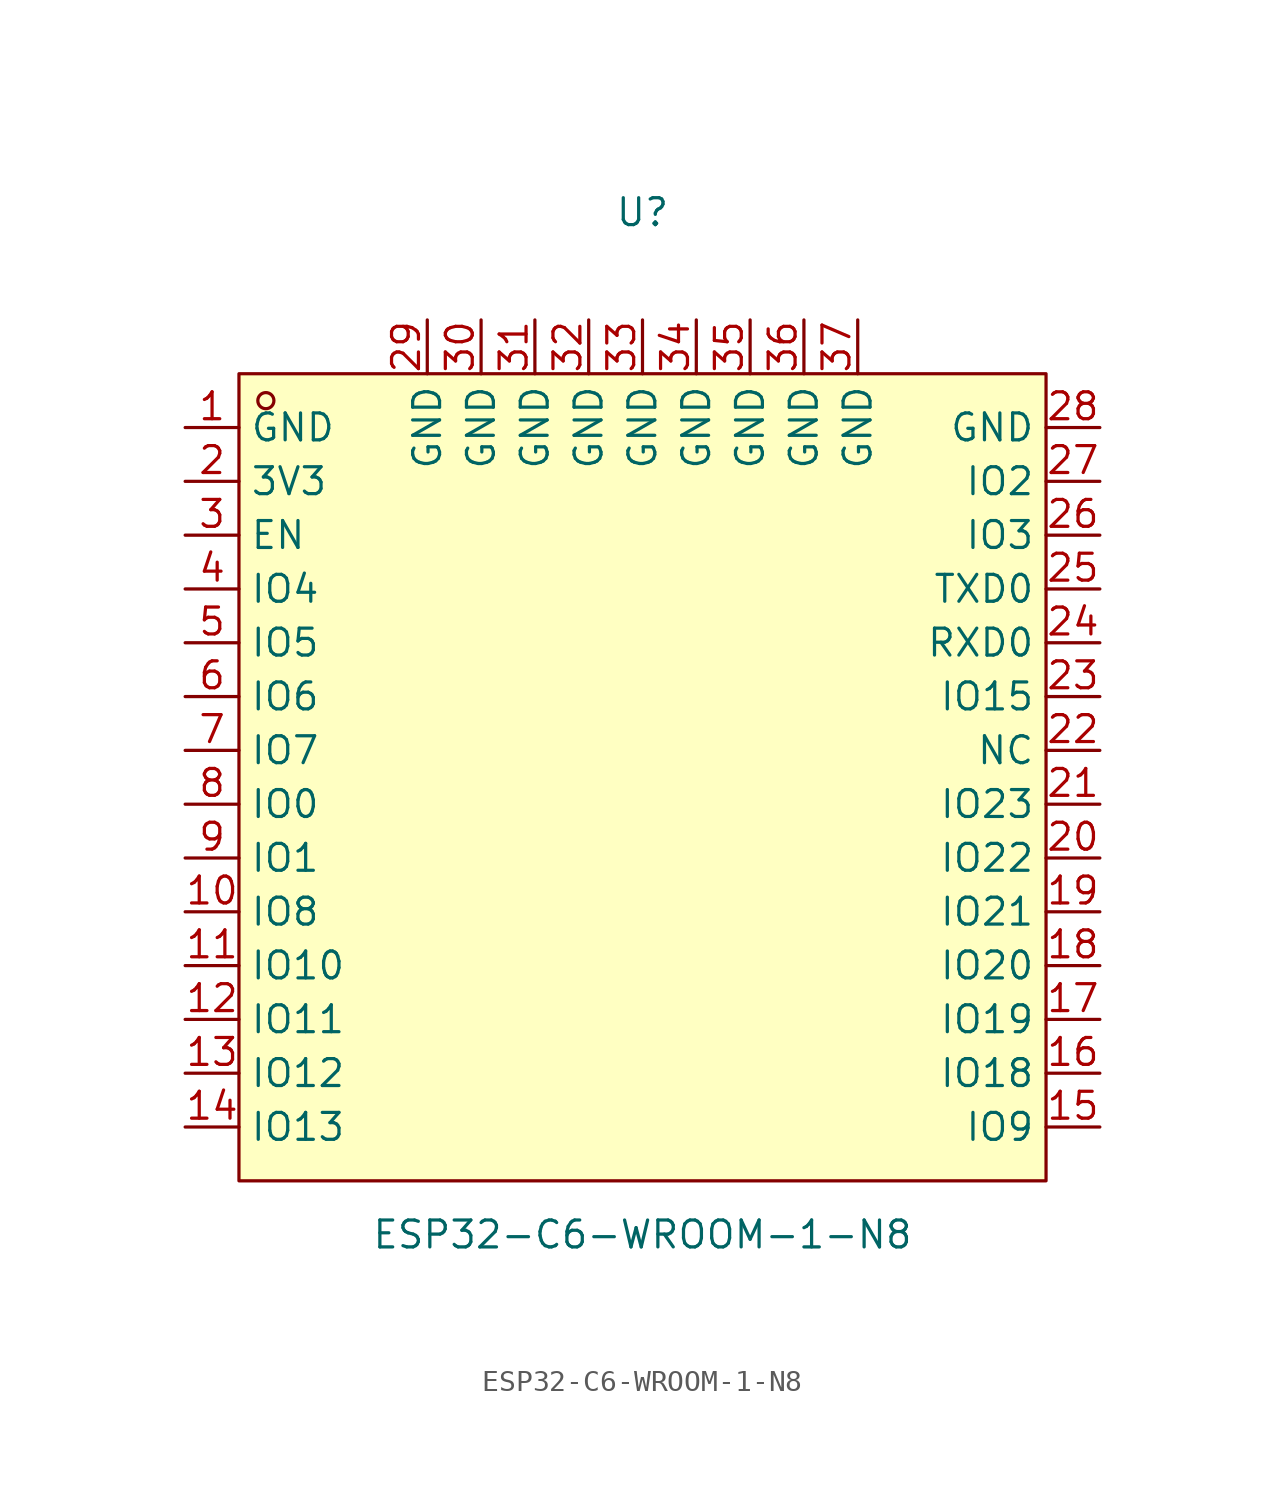
<source format=kicad_sym>
(kicad_symbol_lib
  (version 20211014)
  (generator https://github.com/uPesy/easyeda2kicad.py)
  (symbol "ESP32-C6-WROOM-1-N8"
    (property "Reference" "U"
      (at 0 25.40 0)
      (effects (font (size 1.27 1.27))))
    (property "Value" "ESP32-C6-WROOM-1-N8"
      (at 0 -22.86 0)
      (effects (font (size 1.27 1.27))))
    (symbol "ESP32-C6-WROOM-1-N8_0_1"
      (rectangle (start -19.05 17.78) (end 19.05 -20.32) (stroke (width 0) (type default) (color 0 0 0 0)) (fill (type background)))
      (circle (center -17.78 16.51) (radius 0.38) (stroke (width 0) (type default) (color 0 0 0 0)) (fill (type none)))
      (pin unspecified line (at -21.59 15.24 0) (length 2.54) (name "GND" (effects (font (size 1.27 1.27)))) (number "1" (effects (font (size 1.27 1.27)))))
      (pin unspecified line (at -21.59 12.70 0) (length 2.54) (name "3V3" (effects (font (size 1.27 1.27)))) (number "2" (effects (font (size 1.27 1.27)))))
      (pin unspecified line (at -21.59 10.16 0) (length 2.54) (name "EN" (effects (font (size 1.27 1.27)))) (number "3" (effects (font (size 1.27 1.27)))))
      (pin unspecified line (at -21.59 7.62 0) (length 2.54) (name "IO4" (effects (font (size 1.27 1.27)))) (number "4" (effects (font (size 1.27 1.27)))))
      (pin unspecified line (at -21.59 5.08 0) (length 2.54) (name "IO5" (effects (font (size 1.27 1.27)))) (number "5" (effects (font (size 1.27 1.27)))))
      (pin unspecified line (at -21.59 2.54 0) (length 2.54) (name "IO6" (effects (font (size 1.27 1.27)))) (number "6" (effects (font (size 1.27 1.27)))))
      (pin unspecified line (at -21.59 -0.00 0) (length 2.54) (name "IO7" (effects (font (size 1.27 1.27)))) (number "7" (effects (font (size 1.27 1.27)))))
      (pin unspecified line (at -21.59 -2.54 0) (length 2.54) (name "IO0" (effects (font (size 1.27 1.27)))) (number "8" (effects (font (size 1.27 1.27)))))
      (pin unspecified line (at -21.59 -5.08 0) (length 2.54) (name "IO1" (effects (font (size 1.27 1.27)))) (number "9" (effects (font (size 1.27 1.27)))))
      (pin unspecified line (at -21.59 -7.62 0) (length 2.54) (name "IO8" (effects (font (size 1.27 1.27)))) (number "10" (effects (font (size 1.27 1.27)))))
      (pin unspecified line (at -21.59 -10.16 0) (length 2.54) (name "IO10" (effects (font (size 1.27 1.27)))) (number "11" (effects (font (size 1.27 1.27)))))
      (pin unspecified line (at -21.59 -12.70 0) (length 2.54) (name "IO11" (effects (font (size 1.27 1.27)))) (number "12" (effects (font (size 1.27 1.27)))))
      (pin unspecified line (at -21.59 -15.24 0) (length 2.54) (name "IO12" (effects (font (size 1.27 1.27)))) (number "13" (effects (font (size 1.27 1.27)))))
      (pin unspecified line (at -21.59 -17.78 0) (length 2.54) (name "IO13" (effects (font (size 1.27 1.27)))) (number "14" (effects (font (size 1.27 1.27)))))
      (pin unspecified line (at 21.59 -17.78 180) (length 2.54) (name "IO9" (effects (font (size 1.27 1.27)))) (number "15" (effects (font (size 1.27 1.27)))))
      (pin unspecified line (at 21.59 -15.24 180) (length 2.54) (name "IO18" (effects (font (size 1.27 1.27)))) (number "16" (effects (font (size 1.27 1.27)))))
      (pin unspecified line (at 21.59 -12.70 180) (length 2.54) (name "IO19" (effects (font (size 1.27 1.27)))) (number "17" (effects (font (size 1.27 1.27)))))
      (pin unspecified line (at 21.59 -10.16 180) (length 2.54) (name "IO20" (effects (font (size 1.27 1.27)))) (number "18" (effects (font (size 1.27 1.27)))))
      (pin unspecified line (at 21.59 -7.62 180) (length 2.54) (name "IO21" (effects (font (size 1.27 1.27)))) (number "19" (effects (font (size 1.27 1.27)))))
      (pin unspecified line (at 21.59 -5.08 180) (length 2.54) (name "IO22" (effects (font (size 1.27 1.27)))) (number "20" (effects (font (size 1.27 1.27)))))
      (pin unspecified line (at 21.59 -2.54 180) (length 2.54) (name "IO23" (effects (font (size 1.27 1.27)))) (number "21" (effects (font (size 1.27 1.27)))))
      (pin unspecified line (at 21.59 -0.00 180) (length 2.54) (name "NC" (effects (font (size 1.27 1.27)))) (number "22" (effects (font (size 1.27 1.27)))))
      (pin unspecified line (at 21.59 2.54 180) (length 2.54) (name "IO15" (effects (font (size 1.27 1.27)))) (number "23" (effects (font (size 1.27 1.27)))))
      (pin unspecified line (at 21.59 5.08 180) (length 2.54) (name "RXD0" (effects (font (size 1.27 1.27)))) (number "24" (effects (font (size 1.27 1.27)))))
      (pin unspecified line (at 21.59 7.62 180) (length 2.54) (name "TXD0" (effects (font (size 1.27 1.27)))) (number "25" (effects (font (size 1.27 1.27)))))
      (pin unspecified line (at 21.59 10.16 180) (length 2.54) (name "IO3" (effects (font (size 1.27 1.27)))) (number "26" (effects (font (size 1.27 1.27)))))
      (pin unspecified line (at 21.59 12.70 180) (length 2.54) (name "IO2" (effects (font (size 1.27 1.27)))) (number "27" (effects (font (size 1.27 1.27)))))
      (pin unspecified line (at 21.59 15.24 180) (length 2.54) (name "GND" (effects (font (size 1.27 1.27)))) (number "28" (effects (font (size 1.27 1.27)))))
      (pin unspecified line (at -10.16 20.32 270) (length 2.54) (name "GND" (effects (font (size 1.27 1.27)))) (number "29" (effects (font (size 1.27 1.27)))))
      (pin unspecified line (at -7.62 20.32 270) (length 2.54) (name "GND" (effects (font (size 1.27 1.27)))) (number "30" (effects (font (size 1.27 1.27)))))
      (pin unspecified line (at -5.08 20.32 270) (length 2.54) (name "GND" (effects (font (size 1.27 1.27)))) (number "31" (effects (font (size 1.27 1.27)))))
      (pin unspecified line (at -2.54 20.32 270) (length 2.54) (name "GND" (effects (font (size 1.27 1.27)))) (number "32" (effects (font (size 1.27 1.27)))))
      (pin unspecified line (at 0.00 20.32 270) (length 2.54) (name "GND" (effects (font (size 1.27 1.27)))) (number "33" (effects (font (size 1.27 1.27)))))
      (pin unspecified line (at 2.54 20.32 270) (length 2.54) (name "GND" (effects (font (size 1.27 1.27)))) (number "34" (effects (font (size 1.27 1.27)))))
      (pin unspecified line (at 5.08 20.32 270) (length 2.54) (name "GND" (effects (font (size 1.27 1.27)))) (number "35" (effects (font (size 1.27 1.27)))))
      (pin unspecified line (at 7.62 20.32 270) (length 2.54) (name "GND" (effects (font (size 1.27 1.27)))) (number "36" (effects (font (size 1.27 1.27)))))
      (pin unspecified line (at 10.16 20.32 270) (length 2.54) (name "GND" (effects (font (size 1.27 1.27)))) (number "37" (effects (font (size 1.27 1.27))))))))
</source>
